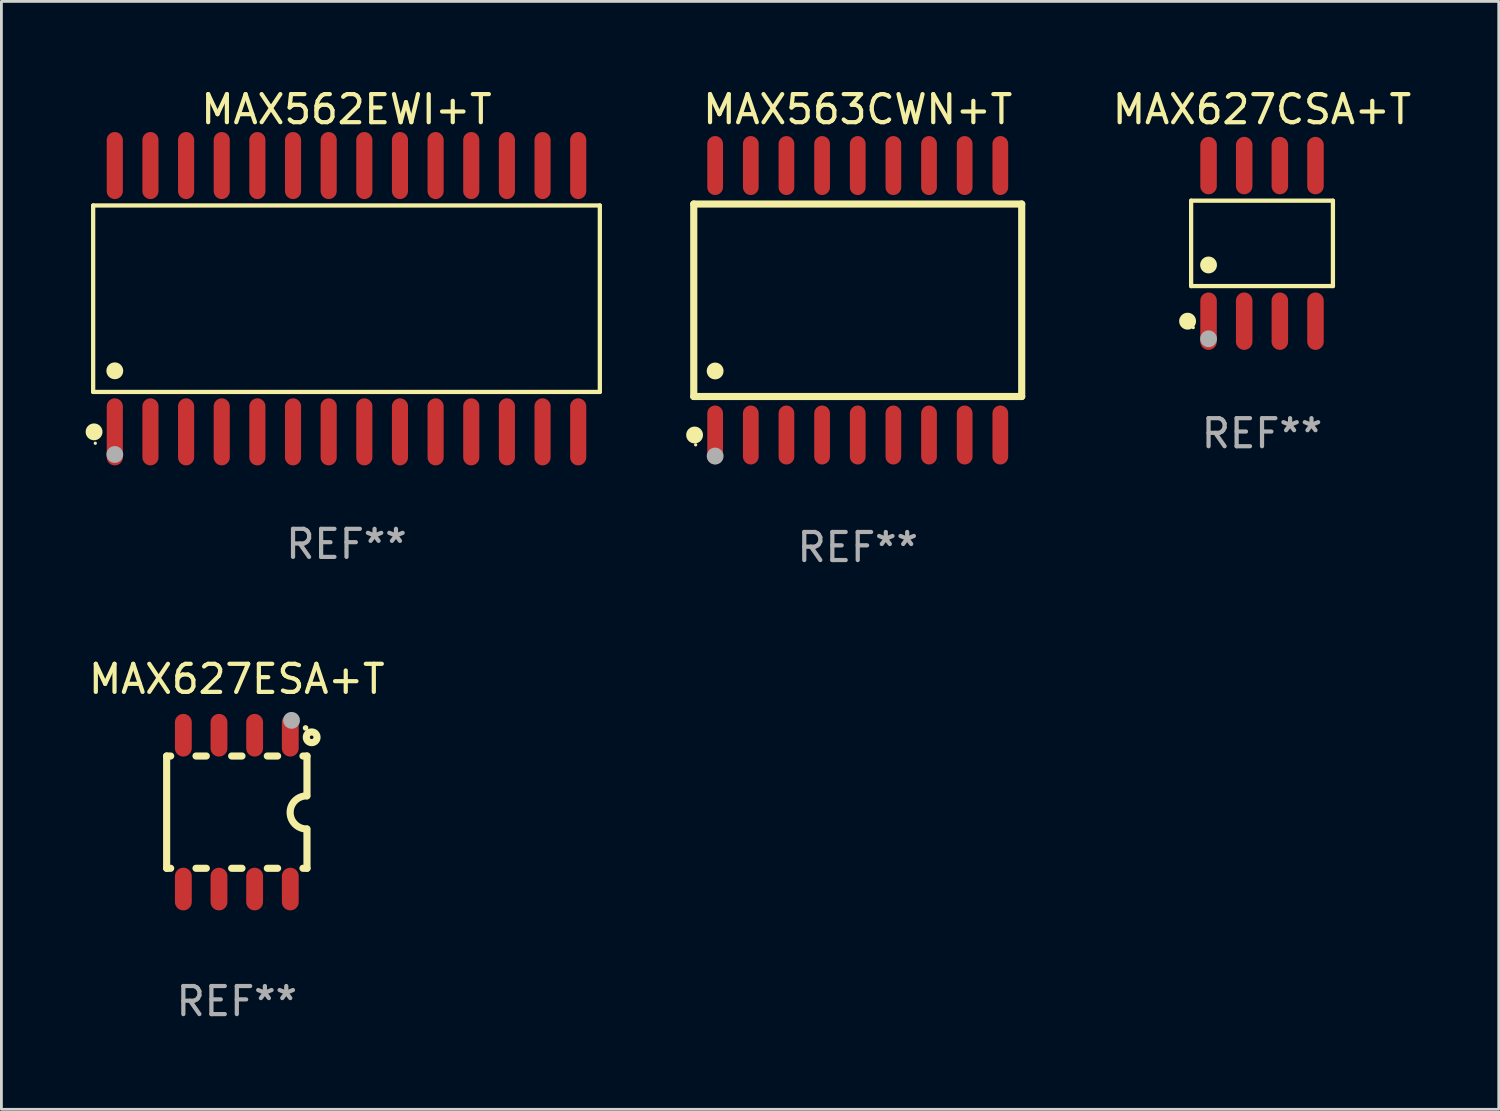
<source format=kicad_pcb>
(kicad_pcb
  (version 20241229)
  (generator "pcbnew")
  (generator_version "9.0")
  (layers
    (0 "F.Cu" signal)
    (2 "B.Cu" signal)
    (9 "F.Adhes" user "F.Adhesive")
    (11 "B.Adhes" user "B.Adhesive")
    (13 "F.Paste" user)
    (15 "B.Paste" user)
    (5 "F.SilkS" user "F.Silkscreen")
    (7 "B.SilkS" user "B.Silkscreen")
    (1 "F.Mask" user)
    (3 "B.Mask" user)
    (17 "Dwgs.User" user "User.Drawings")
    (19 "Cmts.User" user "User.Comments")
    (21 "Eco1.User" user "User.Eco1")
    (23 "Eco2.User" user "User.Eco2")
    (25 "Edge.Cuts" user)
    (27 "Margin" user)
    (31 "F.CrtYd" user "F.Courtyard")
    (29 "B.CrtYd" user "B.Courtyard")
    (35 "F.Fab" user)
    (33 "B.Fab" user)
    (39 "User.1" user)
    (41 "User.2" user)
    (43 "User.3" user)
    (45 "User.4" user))
  (footprint "MAX562EWI+T"
    (layer "F.Cu")
    (at 9.295 7.592)
    (property "Reference" "MAX562EWI+T" (at 0 -6.744 0) (layer "F.SilkS") (effects (font (size 1 1) (thickness 0.15))))
    (attr through_hole)
    (fp_line (start -9.026 -3.321) (end 9.026 -3.321) (stroke (width 0.152) (type solid)) (layer "F.SilkS"))
    (fp_line (start -9.026 3.321) (end -9.026 -3.321) (stroke (width 0.152) (type solid)) (layer "F.SilkS"))
    (fp_line (start 9.026 -3.321) (end 9.026 3.321) (stroke (width 0.152) (type solid)) (layer "F.SilkS"))
    (fp_line (start 9.026 3.321) (end -9.026 3.321) (stroke (width 0.152) (type solid)) (layer "F.SilkS"))
    (fp_circle (center -8.994 4.744) (end -8.844 4.744) (stroke (width 0.3) (type solid)) (fill no) (layer "F.SilkS"))
    (fp_circle (center -8.95 5.15) (end -8.92 5.15) (stroke (width 0.06) (type solid)) (fill no) (layer "F.SilkS"))
    (fp_circle (center -8.255 2.569) (end -8.105 2.569) (stroke (width 0.3) (type solid)) (fill no) (layer "F.SilkS"))
    (fp_circle (center -8.255 5.55) (end -8.105 5.55) (stroke (width 0.3) (type solid)) (fill no) (layer "F.Fab"))
    (fp_text user "REF**" (at 0 8.744 0) (layer "F.Fab") (effects (font (size 1 1) (thickness 0.15))))
    (pad "1" smd oval (at -8.255 4.744) (size 0.574 2.388) (layers "F.Cu" "F.Mask" "F.Paste"))
    (pad "2" smd oval (at -6.985 4.744) (size 0.574 2.388) (layers "F.Cu" "F.Mask" "F.Paste"))
    (pad "3" smd oval (at -5.715 4.744) (size 0.574 2.388) (layers "F.Cu" "F.Mask" "F.Paste"))
    (pad "4" smd oval (at -4.445 4.744) (size 0.574 2.388) (layers "F.Cu" "F.Mask" "F.Paste"))
    (pad "5" smd oval (at -3.175 4.744) (size 0.574 2.388) (layers "F.Cu" "F.Mask" "F.Paste"))
    (pad "6" smd oval (at -1.905 4.744) (size 0.574 2.388) (layers "F.Cu" "F.Mask" "F.Paste"))
    (pad "7" smd oval (at -0.635 4.744) (size 0.574 2.388) (layers "F.Cu" "F.Mask" "F.Paste"))
    (pad "8" smd oval (at 0.635 4.744) (size 0.574 2.388) (layers "F.Cu" "F.Mask" "F.Paste"))
    (pad "9" smd oval (at 1.905 4.744) (size 0.574 2.388) (layers "F.Cu" "F.Mask" "F.Paste"))
    (pad "10" smd oval (at 3.175 4.744) (size 0.574 2.388) (layers "F.Cu" "F.Mask" "F.Paste"))
    (pad "11" smd oval (at 4.445 4.744) (size 0.574 2.388) (layers "F.Cu" "F.Mask" "F.Paste"))
    (pad "12" smd oval (at 5.715 4.744) (size 0.574 2.388) (layers "F.Cu" "F.Mask" "F.Paste"))
    (pad "13" smd oval (at 6.985 4.744) (size 0.574 2.388) (layers "F.Cu" "F.Mask" "F.Paste"))
    (pad "14" smd oval (at 8.255 4.744) (size 0.574 2.388) (layers "F.Cu" "F.Mask" "F.Paste"))
    (pad "15" smd oval (at 8.255 -4.744) (size 0.574 2.388) (layers "F.Cu" "F.Mask" "F.Paste"))
    (pad "16" smd oval (at 6.985 -4.744) (size 0.574 2.388) (layers "F.Cu" "F.Mask" "F.Paste"))
    (pad "17" smd oval (at 5.715 -4.744) (size 0.574 2.388) (layers "F.Cu" "F.Mask" "F.Paste"))
    (pad "18" smd oval (at 4.445 -4.744) (size 0.574 2.388) (layers "F.Cu" "F.Mask" "F.Paste"))
    (pad "19" smd oval (at 3.175 -4.744) (size 0.574 2.388) (layers "F.Cu" "F.Mask" "F.Paste"))
    (pad "20" smd oval (at 1.905 -4.744) (size 0.574 2.388) (layers "F.Cu" "F.Mask" "F.Paste"))
    (pad "21" smd oval (at 0.635 -4.744) (size 0.574 2.388) (layers "F.Cu" "F.Mask" "F.Paste"))
    (pad "22" smd oval (at -0.635 -4.744) (size 0.574 2.388) (layers "F.Cu" "F.Mask" "F.Paste"))
    (pad "23" smd oval (at -1.905 -4.744) (size 0.574 2.388) (layers "F.Cu" "F.Mask" "F.Paste"))
    (pad "24" smd oval (at -3.175 -4.744) (size 0.574 2.388) (layers "F.Cu" "F.Mask" "F.Paste"))
    (pad "25" smd oval (at -4.445 -4.744) (size 0.574 2.388) (layers "F.Cu" "F.Mask" "F.Paste"))
    (pad "26" smd oval (at -5.715 -4.744) (size 0.574 2.388) (layers "F.Cu" "F.Mask" "F.Paste"))
    (pad "27" smd oval (at -6.985 -4.744) (size 0.574 2.388) (layers "F.Cu" "F.Mask" "F.Paste"))
    (pad "28" smd oval (at -8.255 -4.744) (size 0.574 2.388) (layers "F.Cu" "F.Mask" "F.Paste")))
  (footprint "MAX627ESA+T"
    (layer "F.Cu")
    (at 5.387 25.885)
    (property "Reference" "MAX627ESA+T" (at 0 -4.74 0) (layer "F.SilkS") (effects (font (size 1 1) (thickness 0.15))))
    (attr through_hole)
    (fp_line (start -2.5 2) (end -2.5 -2) (stroke (width 0.254) (type solid)) (layer "F.SilkS"))
    (fp_line (start -2.356 -2) (end -2.5 -2) (stroke (width 0.254) (type solid)) (layer "F.SilkS"))
    (fp_line (start -2.356 2) (end -2.5 2) (stroke (width 0.254) (type solid)) (layer "F.SilkS"))
    (fp_line (start -1.086 -2) (end -1.454 -2) (stroke (width 0.254) (type solid)) (layer "F.SilkS"))
    (fp_line (start -1.086 2) (end -1.454 2) (stroke (width 0.254) (type solid)) (layer "F.SilkS"))
    (fp_line (start 0.184 -2) (end -0.184 -2) (stroke (width 0.254) (type solid)) (layer "F.SilkS"))
    (fp_line (start 0.184 2) (end -0.184 2) (stroke (width 0.254) (type solid)) (layer "F.SilkS"))
    (fp_line (start 1.454 -2) (end 1.086 -2) (stroke (width 0.254) (type solid)) (layer "F.SilkS"))
    (fp_line (start 1.454 2) (end 1.086 2) (stroke (width 0.254) (type solid)) (layer "F.SilkS"))
    (fp_line (start 2.5 -2) (end 2.356 -2) (stroke (width 0.254) (type solid)) (layer "F.SilkS"))
    (fp_line (start 2.5 -0.58) (end 2.5 -2) (stroke (width 0.254) (type solid)) (layer "F.SilkS"))
    (fp_line (start 2.5 2) (end 2.356 2) (stroke (width 0.254) (type solid)) (layer "F.SilkS"))
    (fp_line (start 2.5 2) (end 2.5 0.6) (stroke (width 0.254) (type solid)) (layer "F.SilkS"))
    (fp_arc (start 2.489992 0.600051) (mid 1.901674 0.010046) (end 2.489992 -0.579959) (stroke (width 0.254001) (type solid)) (layer "F.SilkS"))
    (fp_circle (center 2.45 -3) (end 2.5 -3) (stroke (width 0.1) (type solid)) (fill no) (layer "F.SilkS"))
    (fp_circle (center 2.667 -2.667) (end 2.858 -2.667) (stroke (width 0.254) (type solid)) (fill no) (layer "F.SilkS"))
    (fp_circle (center 1.95 -3.27) (end 2.1 -3.27) (stroke (width 0.3) (type solid)) (fill no) (layer "F.Fab"))
    (fp_text user "REF**" (at 0 6.74 0) (layer "F.Fab") (effects (font (size 1 1) (thickness 0.15))))
    (pad "1" smd oval (at 1.905 -2.74) (size 0.6 1.52) (layers "F.Cu" "F.Mask" "F.Paste"))
    (pad "2" smd oval (at 0.635 -2.74) (size 0.6 1.52) (layers "F.Cu" "F.Mask" "F.Paste"))
    (pad "3" smd oval (at -0.635 -2.74) (size 0.6 1.52) (layers "F.Cu" "F.Mask" "F.Paste"))
    (pad "4" smd oval (at -1.905 -2.74) (size 0.6 1.52) (layers "F.Cu" "F.Mask" "F.Paste"))
    (pad "5" smd oval (at -1.905 2.74) (size 0.6 1.52) (layers "F.Cu" "F.Mask" "F.Paste"))
    (pad "6" smd oval (at -0.635 2.74) (size 0.6 1.52) (layers "F.Cu" "F.Mask" "F.Paste"))
    (pad "7" smd oval (at 0.635 2.74) (size 0.6 1.52) (layers "F.Cu" "F.Mask" "F.Paste"))
    (pad "8" smd oval (at 1.905 2.74) (size 0.6 1.52) (layers "F.Cu" "F.Mask" "F.Paste")))
  (footprint "MAX563CWN+T"
    (layer "F.Cu")
    (at 27.509 7.648)
    (property "Reference" "MAX563CWN+T" (at 0 -6.8 0) (layer "F.SilkS") (effects (font (size 1 1) (thickness 0.15))))
    (attr through_hole)
    (fp_line (start -5.842 -3.429) (end -5.842 3.429) (stroke (width 0.254) (type solid)) (layer "F.SilkS"))
    (fp_line (start -5.842 3.429) (end 5.842 3.429) (stroke (width 0.254) (type solid)) (layer "F.SilkS"))
    (fp_line (start 5.842 -3.429) (end -5.842 -3.429) (stroke (width 0.254) (type solid)) (layer "F.SilkS"))
    (fp_line (start 5.842 3.429) (end 5.842 -3.429) (stroke (width 0.254) (type solid)) (layer "F.SilkS"))
    (fp_circle (center -5.812 4.8) (end -5.662 4.8) (stroke (width 0.3) (type solid)) (fill no) (layer "F.SilkS"))
    (fp_circle (center -5.775 5.15) (end -5.745 5.15) (stroke (width 0.06) (type solid)) (fill no) (layer "F.SilkS"))
    (fp_circle (center -5.08 2.519) (end -4.93 2.519) (stroke (width 0.3) (type solid)) (fill no) (layer "F.SilkS"))
    (fp_circle (center -5.08 5.55) (end -4.93 5.55) (stroke (width 0.3) (type solid)) (fill no) (layer "F.Fab"))
    (fp_text user "REF**" (at 0 8.8 0) (layer "F.Fab") (effects (font (size 1 1) (thickness 0.15))))
    (pad "1" smd oval (at -5.08 4.8) (size 0.56 2.1) (layers "F.Cu" "F.Mask" "F.Paste"))
    (pad "2" smd oval (at -3.81 4.8) (size 0.56 2.1) (layers "F.Cu" "F.Mask" "F.Paste"))
    (pad "3" smd oval (at -2.54 4.8) (size 0.56 2.1) (layers "F.Cu" "F.Mask" "F.Paste"))
    (pad "4" smd oval (at -1.27 4.8) (size 0.56 2.1) (layers "F.Cu" "F.Mask" "F.Paste"))
    (pad "5" smd oval (at 0 4.8) (size 0.56 2.1) (layers "F.Cu" "F.Mask" "F.Paste"))
    (pad "6" smd oval (at 1.27 4.8) (size 0.56 2.1) (layers "F.Cu" "F.Mask" "F.Paste"))
    (pad "7" smd oval (at 2.54 4.8) (size 0.56 2.1) (layers "F.Cu" "F.Mask" "F.Paste"))
    (pad "8" smd oval (at 3.81 4.8) (size 0.56 2.1) (layers "F.Cu" "F.Mask" "F.Paste"))
    (pad "9" smd oval (at 5.08 4.8) (size 0.56 2.1) (layers "F.Cu" "F.Mask" "F.Paste"))
    (pad "10" smd oval (at 5.08 -4.8) (size 0.56 2.1) (layers "F.Cu" "F.Mask" "F.Paste"))
    (pad "11" smd oval (at 3.81 -4.8) (size 0.56 2.1) (layers "F.Cu" "F.Mask" "F.Paste"))
    (pad "12" smd oval (at 2.54 -4.8) (size 0.56 2.1) (layers "F.Cu" "F.Mask" "F.Paste"))
    (pad "13" smd oval (at 1.27 -4.8) (size 0.56 2.1) (layers "F.Cu" "F.Mask" "F.Paste"))
    (pad "14" smd oval (at 0 -4.8) (size 0.56 2.1) (layers "F.Cu" "F.Mask" "F.Paste"))
    (pad "15" smd oval (at -1.27 -4.8) (size 0.56 2.1) (layers "F.Cu" "F.Mask" "F.Paste"))
    (pad "16" smd oval (at -2.54 -4.8) (size 0.56 2.1) (layers "F.Cu" "F.Mask" "F.Paste"))
    (pad "17" smd oval (at -3.81 -4.8) (size 0.56 2.1) (layers "F.Cu" "F.Mask" "F.Paste"))
    (pad "18" smd oval (at -5.08 -4.8) (size 0.56 2.1) (layers "F.Cu" "F.Mask" "F.Paste")))
  (footprint "MAX627CSA+T"
    (layer "F.Cu")
    (at 41.913 5.621)
    (property "Reference" "MAX627CSA+T" (at 0 -4.772 0) (layer "F.SilkS") (effects (font (size 1 1) (thickness 0.15))))
    (attr through_hole)
    (fp_line (start -2.526 -1.521) (end 2.526 -1.521) (stroke (width 0.152) (type solid)) (layer "F.SilkS"))
    (fp_line (start -2.526 1.521) (end -2.526 -1.521) (stroke (width 0.152) (type solid)) (layer "F.SilkS"))
    (fp_line (start 2.526 -1.521) (end 2.526 1.521) (stroke (width 0.152) (type solid)) (layer "F.SilkS"))
    (fp_line (start 2.526 1.521) (end -2.526 1.521) (stroke (width 0.152) (type solid)) (layer "F.SilkS"))
    (fp_circle (center -2.652 2.772) (end -2.501 2.772) (stroke (width 0.3) (type solid)) (fill no) (layer "F.SilkS"))
    (fp_circle (center -2.45 3) (end -2.42 3) (stroke (width 0.06) (type solid)) (fill no) (layer "F.SilkS"))
    (fp_circle (center -1.905 0.769) (end -1.755 0.769) (stroke (width 0.3) (type solid)) (fill no) (layer "F.SilkS"))
    (fp_circle (center -1.905 3.4) (end -1.755 3.4) (stroke (width 0.3) (type solid)) (fill no) (layer "F.Fab"))
    (fp_text user "REF**" (at 0 6.772 0) (layer "F.Fab") (effects (font (size 1 1) (thickness 0.15))))
    (pad "1" smd oval (at -1.905 2.772) (size 0.588 2.045) (layers "F.Cu" "F.Mask" "F.Paste"))
    (pad "2" smd oval (at -0.635 2.772) (size 0.588 2.045) (layers "F.Cu" "F.Mask" "F.Paste"))
    (pad "3" smd oval (at 0.635 2.772) (size 0.588 2.045) (layers "F.Cu" "F.Mask" "F.Paste"))
    (pad "4" smd oval (at 1.905 2.772) (size 0.588 2.045) (layers "F.Cu" "F.Mask" "F.Paste"))
    (pad "5" smd oval (at 1.905 -2.772) (size 0.588 2.045) (layers "F.Cu" "F.Mask" "F.Paste"))
    (pad "6" smd oval (at 0.635 -2.772) (size 0.588 2.045) (layers "F.Cu" "F.Mask" "F.Paste"))
    (pad "7" smd oval (at -0.635 -2.772) (size 0.588 2.045) (layers "F.Cu" "F.Mask" "F.Paste"))
    (pad "8" smd oval (at -1.905 -2.772) (size 0.588 2.045) (layers "F.Cu" "F.Mask" "F.Paste")))
  (gr_rect
    (start -3 -3)
    (end 50.347 36.473)
    (stroke (width 0.1) (type default))
    (fill no)
    (layer "Edge.Cuts")))
</source>
